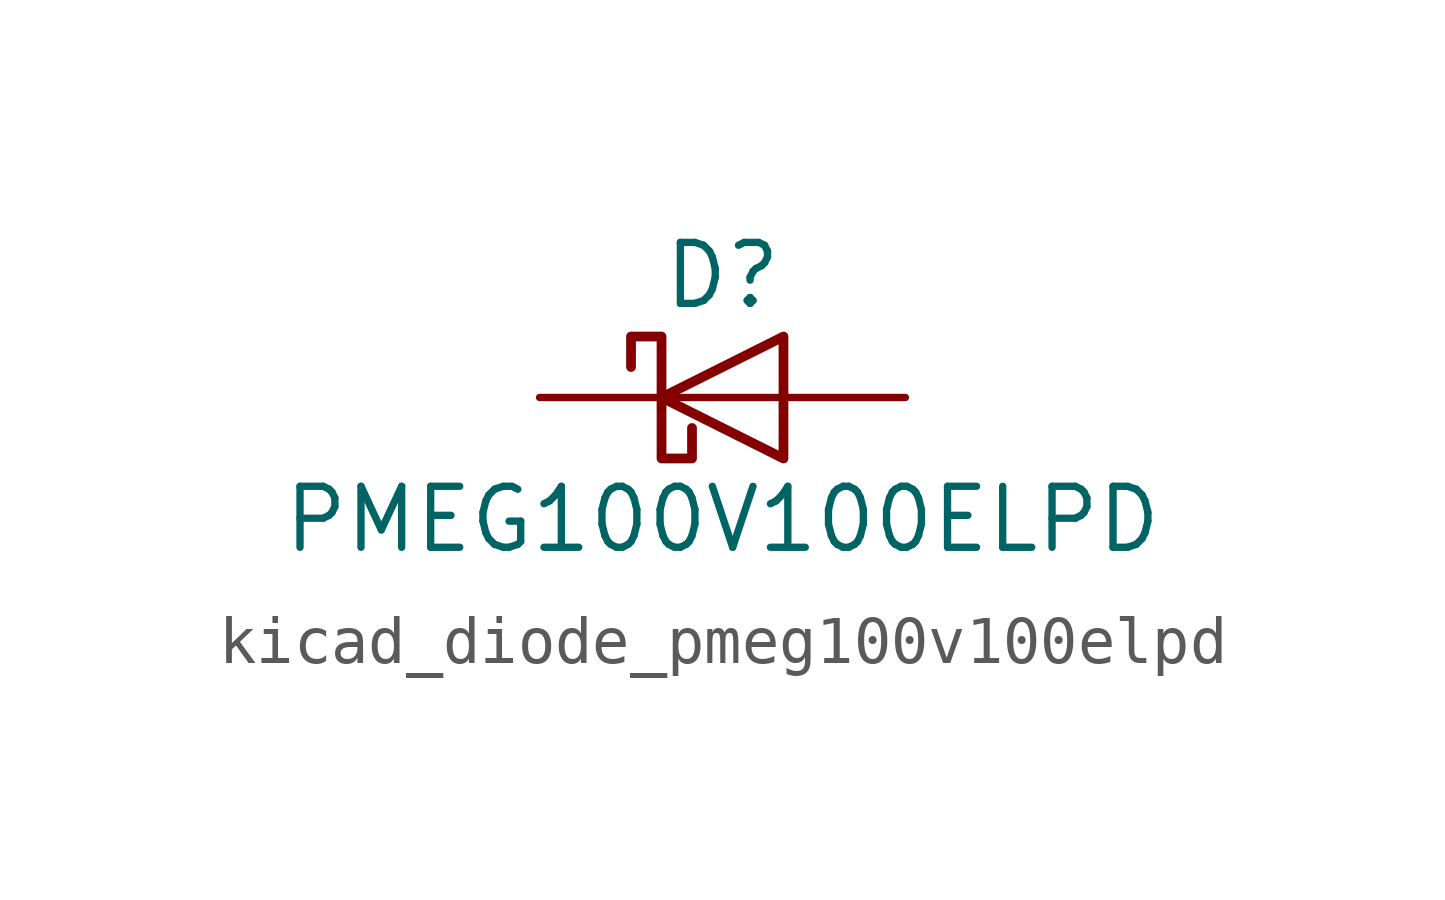
<source format=kicad_sym>
(kicad_symbol_lib
  (version 20220914)
  (generator kicad_symbol_editor)
  (symbol "kicad_diode_pmeg100v100elpd"
    (pin_numbers hide)
    (pin_names hide)
    (property "Reference" "D"
      (at 0 2.54 0)
      (effects (font (size 1.27 1.27))))
    (property "Value" "PMEG100V100ELPD"
      (at 0 -2.54 0)
      (effects (font (size 1.27 1.27))))
    (symbol "kicad_diode_pmeg100v100elpd_0_1"
      (polyline (pts (xy 1.27 0) (xy -1.27 0)) (stroke (width 0) (type default)) (fill (type none)))
      (polyline (pts (xy 1.27 1.27) (xy 1.27 -1.27) (xy -1.27 0) (xy 1.27 1.27)) (stroke (width 0.203) (type default)) (fill (type none)))
      (polyline (pts (xy -1.905 0.635) (xy -1.905 1.27) (xy -1.27 1.27) (xy -1.27 -1.27) (xy -0.635 -1.27) (xy -0.635 -0.635)) (stroke (width 0.203) (type default)) (fill (type none))))
    (symbol "kicad_diode_pmeg100v100elpd_1_1"
      (pin passive line (at 3.81 0 180) (length 2.54) (name "A" (effects (font (size 1.27 1.27)))) (number "1" (effects (font (size 1.27 1.27)))))
      (pin passive line (at 3.81 0 180) (length 2.54) hide (name "A" (effects (font (size 1.27 1.27)))) (number "2" (effects (font (size 1.27 1.27)))))
      (pin passive line (at -3.81 0 0) (length 2.54) (name "K" (effects (font (size 1.27 1.27)))) (number "3" (effects (font (size 1.27 1.27))))))))
</source>
